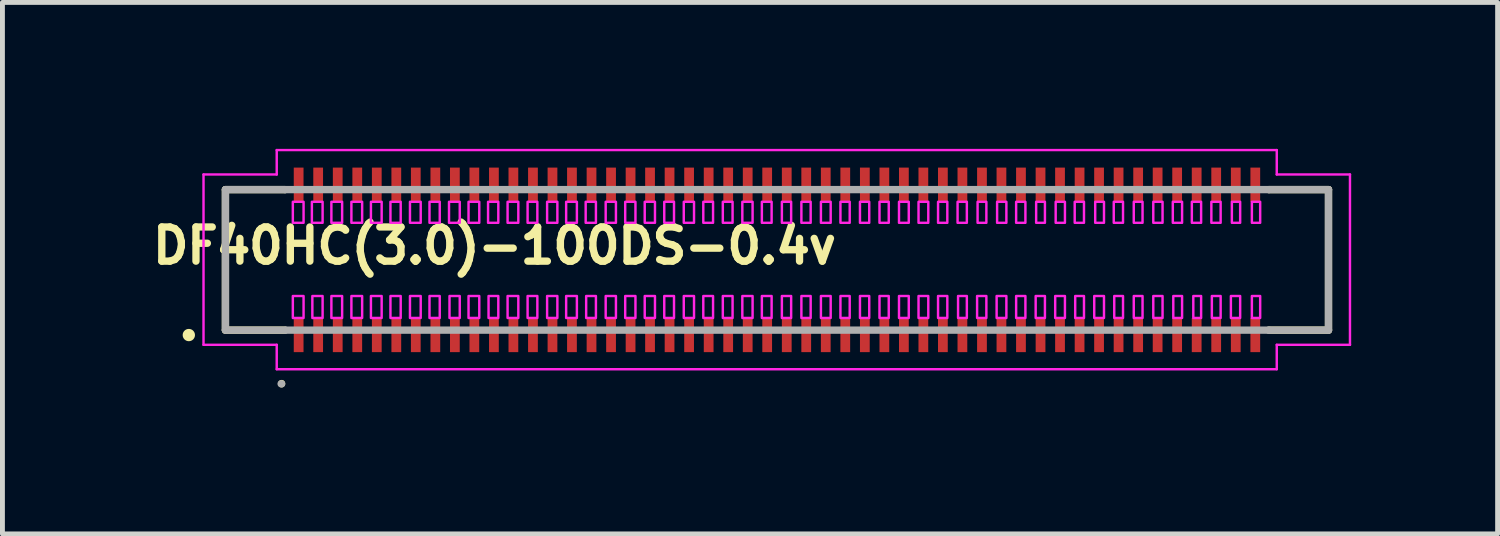
<source format=kicad_pcb>
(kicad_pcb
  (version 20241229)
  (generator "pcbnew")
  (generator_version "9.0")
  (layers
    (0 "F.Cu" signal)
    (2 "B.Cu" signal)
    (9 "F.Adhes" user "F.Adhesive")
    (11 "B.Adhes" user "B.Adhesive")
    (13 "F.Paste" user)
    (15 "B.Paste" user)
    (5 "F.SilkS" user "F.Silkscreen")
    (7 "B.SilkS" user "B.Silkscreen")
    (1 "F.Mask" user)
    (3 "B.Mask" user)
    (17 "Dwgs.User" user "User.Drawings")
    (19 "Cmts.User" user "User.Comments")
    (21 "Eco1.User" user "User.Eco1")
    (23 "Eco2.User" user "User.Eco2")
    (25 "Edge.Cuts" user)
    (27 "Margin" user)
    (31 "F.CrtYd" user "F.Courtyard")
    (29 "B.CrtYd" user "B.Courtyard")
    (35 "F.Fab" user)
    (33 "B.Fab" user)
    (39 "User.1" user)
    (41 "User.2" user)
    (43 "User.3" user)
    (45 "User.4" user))
  (footprint "DF40HC(3.0)-100DS-0.4v"
    (layer "F.Cu")
    (at 12.87 2.275)
    (property "Reference" "DF40HC(3.0)-100DS-0.4v" (at -12.87 0.119 180) (layer "F.SilkS") (effects (font (size 0.7 0.7) (thickness 0.15)) (justify left bottom)))
    (attr smd)
    (fp_line (start -11.301 -1.44) (end -10.08 -1.44) (stroke (width 0.15) (type solid)) (layer "F.SilkS"))
    (fp_line (start -11.301 1.439) (end -11.301 -1.44) (stroke (width 0.15) (type solid)) (layer "F.SilkS"))
    (fp_line (start -11.301 1.439) (end -10.08 1.439) (stroke (width 0.15) (type solid)) (layer "F.SilkS"))
    (fp_line (start -10.15 2.534) (end -10.15 2.539) (stroke (width 0.15) (type solid)) (layer "F.SilkS"))
    (fp_line (start 11.3 -1.44) (end 10.079 -1.44) (stroke (width 0.15) (type solid)) (layer "F.SilkS"))
    (fp_line (start 11.3 -1.44) (end 11.3 1.439) (stroke (width 0.15) (type solid)) (layer "F.SilkS"))
    (fp_line (start 11.3 1.439) (end 10.079 1.439) (stroke (width 0.15) (type solid)) (layer "F.SilkS"))
    (fp_circle (center -12.051 1.54) (end -12 1.54) (stroke (width 0.15) (type solid)) (fill yes) (layer "F.SilkS"))
    (fp_line (start -11.75 -1.75) (end -11.75 1.74) (stroke (width 0.05) (type solid)) (layer "F.CrtYd"))
    (fp_line (start -11.75 1.74) (end -10.25 1.74) (stroke (width 0.05) (type solid)) (layer "F.CrtYd"))
    (fp_line (start -10.25 -2.25) (end -10.25 -1.75) (stroke (width 0.05) (type solid)) (layer "F.CrtYd"))
    (fp_line (start -10.25 -1.75) (end -11.75 -1.75) (stroke (width 0.05) (type solid)) (layer "F.CrtYd"))
    (fp_line (start -10.25 1.74) (end -10.25 2.24) (stroke (width 0.05) (type solid)) (layer "F.CrtYd"))
    (fp_line (start -10.25 2.24) (end 10.24 2.24) (stroke (width 0.05) (type solid)) (layer "F.CrtYd"))
    (fp_line (start 10.24 -2.25) (end -10.25 -2.25) (stroke (width 0.05) (type solid)) (layer "F.CrtYd"))
    (fp_line (start 10.24 -1.75) (end 10.24 -2.25) (stroke (width 0.05) (type solid)) (layer "F.CrtYd"))
    (fp_line (start 10.24 1.74) (end 11.74 1.74) (stroke (width 0.05) (type solid)) (layer "F.CrtYd"))
    (fp_line (start 10.24 2.24) (end 10.24 1.74) (stroke (width 0.05) (type solid)) (layer "F.CrtYd"))
    (fp_line (start 11.74 -1.75) (end 10.24 -1.75) (stroke (width 0.05) (type solid)) (layer "F.CrtYd"))
    (fp_line (start 11.74 1.74) (end 11.74 -1.75) (stroke (width 0.05) (type solid)) (layer "F.CrtYd"))
    (fp_poly (pts (xy -9.92 -1.19) (xy -9.7 -1.19) (xy -9.7 -0.76) (xy -9.92 -0.76)) (stroke (width 0.05) (type solid)) (fill no) (layer "F.CrtYd"))
    (fp_poly (pts (xy -9.92 0.74) (xy -9.7 0.74) (xy -9.7 1.19) (xy -9.92 1.19)) (stroke (width 0.05) (type solid)) (fill no) (layer "F.CrtYd"))
    (fp_poly (pts (xy -9.53 -1.19) (xy -9.31 -1.19) (xy -9.31 -0.76) (xy -9.53 -0.76)) (stroke (width 0.05) (type solid)) (fill no) (layer "F.CrtYd"))
    (fp_poly (pts (xy -9.52 0.74) (xy -9.31 0.74) (xy -9.31 1.19) (xy -9.52 1.19)) (stroke (width 0.05) (type solid)) (fill no) (layer "F.CrtYd"))
    (fp_poly (pts (xy -9.13 -1.19) (xy -8.91 -1.19) (xy -8.91 -0.76) (xy -9.13 -0.76)) (stroke (width 0.05) (type solid)) (fill no) (layer "F.CrtYd"))
    (fp_poly (pts (xy -9.13 0.74) (xy -8.91 0.74) (xy -8.91 1.19) (xy -9.13 1.19)) (stroke (width 0.05) (type solid)) (fill no) (layer "F.CrtYd"))
    (fp_poly (pts (xy -8.72 -1.19) (xy -8.5 -1.19) (xy -8.5 -0.76) (xy -8.72 -0.76)) (stroke (width 0.05) (type solid)) (fill no) (layer "F.CrtYd"))
    (fp_poly (pts (xy -8.72 0.74) (xy -8.5 0.74) (xy -8.5 1.19) (xy -8.72 1.19)) (stroke (width 0.05) (type solid)) (fill no) (layer "F.CrtYd"))
    (fp_poly (pts (xy -8.32 -1.19) (xy -8.1 -1.19) (xy -8.1 -0.76) (xy -8.32 -0.76)) (stroke (width 0.05) (type solid)) (fill no) (layer "F.CrtYd"))
    (fp_poly (pts (xy -8.32 0.74) (xy -8.1 0.74) (xy -8.1 1.19) (xy -8.32 1.19)) (stroke (width 0.05) (type solid)) (fill no) (layer "F.CrtYd"))
    (fp_poly (pts (xy -7.92 -1.19) (xy -7.71 -1.19) (xy -7.71 -0.76) (xy -7.92 -0.76)) (stroke (width 0.05) (type solid)) (fill no) (layer "F.CrtYd"))
    (fp_poly (pts (xy -7.92 0.74) (xy -7.71 0.74) (xy -7.71 1.19) (xy -7.92 1.19)) (stroke (width 0.05) (type solid)) (fill no) (layer "F.CrtYd"))
    (fp_poly (pts (xy -7.52 -1.19) (xy -7.3 -1.19) (xy -7.3 -0.76) (xy -7.52 -0.76)) (stroke (width 0.05) (type solid)) (fill no) (layer "F.CrtYd"))
    (fp_poly (pts (xy -7.52 0.74) (xy -7.3 0.74) (xy -7.3 1.19) (xy -7.52 1.19)) (stroke (width 0.05) (type solid)) (fill no) (layer "F.CrtYd"))
    (fp_poly (pts (xy -7.12 -1.19) (xy -6.91 -1.19) (xy -6.91 -0.76) (xy -7.12 -0.76)) (stroke (width 0.05) (type solid)) (fill no) (layer "F.CrtYd"))
    (fp_poly (pts (xy -7.12 0.74) (xy -6.91 0.74) (xy -6.91 1.19) (xy -7.12 1.19)) (stroke (width 0.05) (type solid)) (fill no) (layer "F.CrtYd"))
    (fp_poly (pts (xy -6.72 -1.19) (xy -6.5 -1.19) (xy -6.5 -0.76) (xy -6.72 -0.76)) (stroke (width 0.05) (type solid)) (fill no) (layer "F.CrtYd"))
    (fp_poly (pts (xy -6.71 0.74) (xy -6.5 0.74) (xy -6.5 1.19) (xy -6.71 1.19)) (stroke (width 0.05) (type solid)) (fill no) (layer "F.CrtYd"))
    (fp_poly (pts (xy -6.32 -1.19) (xy -6.1 -1.19) (xy -6.1 -0.76) (xy -6.32 -0.76)) (stroke (width 0.05) (type solid)) (fill no) (layer "F.CrtYd"))
    (fp_poly (pts (xy -6.32 0.74) (xy -6.1 0.74) (xy -6.1 1.19) (xy -6.32 1.19)) (stroke (width 0.05) (type solid)) (fill no) (layer "F.CrtYd"))
    (fp_poly (pts (xy -5.92 -1.19) (xy -5.71 -1.19) (xy -5.71 -0.76) (xy -5.92 -0.76)) (stroke (width 0.05) (type solid)) (fill no) (layer "F.CrtYd"))
    (fp_poly (pts (xy -5.91 0.74) (xy -5.71 0.74) (xy -5.71 1.19) (xy -5.91 1.19)) (stroke (width 0.05) (type solid)) (fill no) (layer "F.CrtYd"))
    (fp_poly (pts (xy -5.52 -1.19) (xy -5.3 -1.19) (xy -5.3 -0.76) (xy -5.52 -0.76)) (stroke (width 0.05) (type solid)) (fill no) (layer "F.CrtYd"))
    (fp_poly (pts (xy -5.52 0.74) (xy -5.3 0.74) (xy -5.3 1.19) (xy -5.52 1.19)) (stroke (width 0.05) (type solid)) (fill no) (layer "F.CrtYd"))
    (fp_poly (pts (xy -5.11 -1.19) (xy -4.91 -1.19) (xy -4.91 -0.76) (xy -5.11 -0.76)) (stroke (width 0.05) (type solid)) (fill no) (layer "F.CrtYd"))
    (fp_poly (pts (xy -5.11 0.74) (xy -4.91 0.74) (xy -4.91 1.19) (xy -5.11 1.19)) (stroke (width 0.05) (type solid)) (fill no) (layer "F.CrtYd"))
    (fp_poly (pts (xy -4.71 -1.19) (xy -4.5 -1.19) (xy -4.5 -0.76) (xy -4.71 -0.76)) (stroke (width 0.05) (type solid)) (fill no) (layer "F.CrtYd"))
    (fp_poly (pts (xy -4.71 0.74) (xy -4.5 0.74) (xy -4.5 1.19) (xy -4.71 1.19)) (stroke (width 0.05) (type solid)) (fill no) (layer "F.CrtYd"))
    (fp_poly (pts (xy -4.32 -1.19) (xy -4.1 -1.19) (xy -4.1 -0.76) (xy -4.32 -0.76)) (stroke (width 0.05) (type solid)) (fill no) (layer "F.CrtYd"))
    (fp_poly (pts (xy -4.32 0.74) (xy -4.1 0.74) (xy -4.1 1.19) (xy -4.32 1.19)) (stroke (width 0.05) (type solid)) (fill no) (layer "F.CrtYd"))
    (fp_poly (pts (xy -3.92 -1.19) (xy -3.71 -1.19) (xy -3.71 -0.76) (xy -3.92 -0.76)) (stroke (width 0.05) (type solid)) (fill no) (layer "F.CrtYd"))
    (fp_poly (pts (xy -3.91 0.74) (xy -3.71 0.74) (xy -3.71 1.19) (xy -3.91 1.19)) (stroke (width 0.05) (type solid)) (fill no) (layer "F.CrtYd"))
    (fp_poly (pts (xy -3.51 -1.19) (xy -3.3 -1.19) (xy -3.3 -0.76) (xy -3.51 -0.76)) (stroke (width 0.05) (type solid)) (fill no) (layer "F.CrtYd"))
    (fp_poly (pts (xy -3.51 0.74) (xy -3.3 0.74) (xy -3.3 1.19) (xy -3.51 1.19)) (stroke (width 0.05) (type solid)) (fill no) (layer "F.CrtYd"))
    (fp_poly (pts (xy -3.11 -1.19) (xy -2.9 -1.19) (xy -2.9 -0.76) (xy -3.11 -0.76)) (stroke (width 0.05) (type solid)) (fill no) (layer "F.CrtYd"))
    (fp_poly (pts (xy -3.11 0.74) (xy -2.9 0.74) (xy -2.9 1.19) (xy -3.11 1.19)) (stroke (width 0.05) (type solid)) (fill no) (layer "F.CrtYd"))
    (fp_poly (pts (xy -2.71 -1.19) (xy -2.5 -1.19) (xy -2.5 -0.76) (xy -2.71 -0.76)) (stroke (width 0.05) (type solid)) (fill no) (layer "F.CrtYd"))
    (fp_poly (pts (xy -2.71 0.74) (xy -2.5 0.74) (xy -2.5 1.19) (xy -2.71 1.19)) (stroke (width 0.05) (type solid)) (fill no) (layer "F.CrtYd"))
    (fp_poly (pts (xy -2.31 -1.19) (xy -2.11 -1.19) (xy -2.11 -0.76) (xy -2.31 -0.76)) (stroke (width 0.05) (type solid)) (fill no) (layer "F.CrtYd"))
    (fp_poly (pts (xy -2.31 0.74) (xy -2.11 0.74) (xy -2.11 1.19) (xy -2.31 1.19)) (stroke (width 0.05) (type solid)) (fill no) (layer "F.CrtYd"))
    (fp_poly (pts (xy -1.91 -1.19) (xy -1.7 -1.19) (xy -1.7 -0.76) (xy -1.91 -0.76)) (stroke (width 0.05) (type solid)) (fill no) (layer "F.CrtYd"))
    (fp_poly (pts (xy -1.91 0.74) (xy -1.7 0.74) (xy -1.7 1.19) (xy -1.91 1.19)) (stroke (width 0.05) (type solid)) (fill no) (layer "F.CrtYd"))
    (fp_poly (pts (xy -1.51 -1.19) (xy -1.31 -1.19) (xy -1.31 -0.76) (xy -1.51 -0.76)) (stroke (width 0.05) (type solid)) (fill no) (layer "F.CrtYd"))
    (fp_poly (pts (xy -1.51 0.74) (xy -1.31 0.74) (xy -1.31 1.19) (xy -1.51 1.19)) (stroke (width 0.05) (type solid)) (fill no) (layer "F.CrtYd"))
    (fp_poly (pts (xy -1.11 -1.19) (xy -0.91 -1.19) (xy -0.91 -0.76) (xy -1.11 -0.76)) (stroke (width 0.05) (type solid)) (fill no) (layer "F.CrtYd"))
    (fp_poly (pts (xy -1.11 0.74) (xy -0.91 0.74) (xy -0.91 1.19) (xy -1.11 1.19)) (stroke (width 0.05) (type solid)) (fill no) (layer "F.CrtYd"))
    (fp_poly (pts (xy -0.71 -1.19) (xy -0.5 -1.19) (xy -0.5 -0.76) (xy -0.71 -0.76)) (stroke (width 0.05) (type solid)) (fill no) (layer "F.CrtYd"))
    (fp_poly (pts (xy -0.71 0.74) (xy -0.5 0.74) (xy -0.5 1.19) (xy -0.71 1.19)) (stroke (width 0.05) (type solid)) (fill no) (layer "F.CrtYd"))
    (fp_poly (pts (xy -0.31 -1.19) (xy -0.11 -1.19) (xy -0.11 -0.76) (xy -0.31 -0.76)) (stroke (width 0.05) (type solid)) (fill no) (layer "F.CrtYd"))
    (fp_poly (pts (xy -0.31 0.74) (xy -0.11 0.74) (xy -0.11 1.19) (xy -0.31 1.19)) (stroke (width 0.05) (type solid)) (fill no) (layer "F.CrtYd"))
    (fp_poly (pts (xy 0.1 -1.19) (xy 0.29 -1.19) (xy 0.29 -0.76) (xy 0.1 -0.76)) (stroke (width 0.05) (type solid)) (fill no) (layer "F.CrtYd"))
    (fp_poly (pts (xy 0.1 0.74) (xy 0.29 0.74) (xy 0.29 1.19) (xy 0.1 1.19)) (stroke (width 0.05) (type solid)) (fill no) (layer "F.CrtYd"))
    (fp_poly (pts (xy 0.5 -1.19) (xy 0.69 -1.19) (xy 0.69 -0.76) (xy 0.5 -0.76)) (stroke (width 0.05) (type solid)) (fill no) (layer "F.CrtYd"))
    (fp_poly (pts (xy 0.5 0.74) (xy 0.69 0.74) (xy 0.69 1.19) (xy 0.5 1.19)) (stroke (width 0.05) (type solid)) (fill no) (layer "F.CrtYd"))
    (fp_poly (pts (xy 0.9 -1.19) (xy 1.1 -1.19) (xy 1.1 -0.76) (xy 0.9 -0.76)) (stroke (width 0.05) (type solid)) (fill no) (layer "F.CrtYd"))
    (fp_poly (pts (xy 0.9 0.74) (xy 1.1 0.74) (xy 1.1 1.19) (xy 0.9 1.19)) (stroke (width 0.05) (type solid)) (fill no) (layer "F.CrtYd"))
    (fp_poly (pts (xy 1.3 -1.19) (xy 1.49 -1.19) (xy 1.49 -0.76) (xy 1.3 -0.76)) (stroke (width 0.05) (type solid)) (fill no) (layer "F.CrtYd"))
    (fp_poly (pts (xy 1.3 0.74) (xy 1.49 0.74) (xy 1.49 1.19) (xy 1.3 1.19)) (stroke (width 0.05) (type solid)) (fill no) (layer "F.CrtYd"))
    (fp_poly (pts (xy 1.7 -1.19) (xy 1.89 -1.19) (xy 1.89 -0.76) (xy 1.7 -0.76)) (stroke (width 0.05) (type solid)) (fill no) (layer "F.CrtYd"))
    (fp_poly (pts (xy 1.7 0.74) (xy 1.89 0.74) (xy 1.89 1.19) (xy 1.7 1.19)) (stroke (width 0.05) (type solid)) (fill no) (layer "F.CrtYd"))
    (fp_poly (pts (xy 2.1 -1.19) (xy 2.29 -1.19) (xy 2.29 -0.76) (xy 2.1 -0.76)) (stroke (width 0.05) (type solid)) (fill no) (layer "F.CrtYd"))
    (fp_poly (pts (xy 2.1 0.74) (xy 2.29 0.74) (xy 2.29 1.19) (xy 2.1 1.19)) (stroke (width 0.05) (type solid)) (fill no) (layer "F.CrtYd"))
    (fp_poly (pts (xy 2.5 -1.19) (xy 2.7 -1.19) (xy 2.7 -0.76) (xy 2.5 -0.76)) (stroke (width 0.05) (type solid)) (fill no) (layer "F.CrtYd"))
    (fp_poly (pts (xy 2.5 0.74) (xy 2.7 0.74) (xy 2.7 1.19) (xy 2.5 1.19)) (stroke (width 0.05) (type solid)) (fill no) (layer "F.CrtYd"))
    (fp_poly (pts (xy 2.9 -1.19) (xy 3.1 -1.19) (xy 3.1 -0.76) (xy 2.9 -0.76)) (stroke (width 0.05) (type solid)) (fill no) (layer "F.CrtYd"))
    (fp_poly (pts (xy 2.9 0.74) (xy 3.1 0.74) (xy 3.1 1.19) (xy 2.9 1.19)) (stroke (width 0.05) (type solid)) (fill no) (layer "F.CrtYd"))
    (fp_poly (pts (xy 3.3 -1.19) (xy 3.49 -1.19) (xy 3.49 -0.76) (xy 3.3 -0.76)) (stroke (width 0.05) (type solid)) (fill no) (layer "F.CrtYd"))
    (fp_poly (pts (xy 3.3 0.74) (xy 3.49 0.74) (xy 3.49 1.19) (xy 3.3 1.19)) (stroke (width 0.05) (type solid)) (fill no) (layer "F.CrtYd"))
    (fp_poly (pts (xy 3.7 -1.19) (xy 3.89 -1.19) (xy 3.89 -0.76) (xy 3.7 -0.76)) (stroke (width 0.05) (type solid)) (fill no) (layer "F.CrtYd"))
    (fp_poly (pts (xy 3.71 0.74) (xy 3.89 0.74) (xy 3.89 1.19) (xy 3.71 1.19)) (stroke (width 0.05) (type solid)) (fill no) (layer "F.CrtYd"))
    (fp_poly (pts (xy 4.1 0.74) (xy 4.29 0.74) (xy 4.29 1.19) (xy 4.1 1.19)) (stroke (width 0.05) (type solid)) (fill no) (layer "F.CrtYd"))
    (fp_poly (pts (xy 4.11 -1.19) (xy 4.29 -1.19) (xy 4.29 -0.76) (xy 4.11 -0.76)) (stroke (width 0.05) (type solid)) (fill no) (layer "F.CrtYd"))
    (fp_poly (pts (xy 4.5 0.74) (xy 4.7 0.74) (xy 4.7 1.19) (xy 4.5 1.19)) (stroke (width 0.05) (type solid)) (fill no) (layer "F.CrtYd"))
    (fp_poly (pts (xy 4.51 -1.19) (xy 4.7 -1.19) (xy 4.7 -0.76) (xy 4.51 -0.76)) (stroke (width 0.05) (type solid)) (fill no) (layer "F.CrtYd"))
    (fp_poly (pts (xy 4.9 -1.19) (xy 5.09 -1.19) (xy 5.09 -0.76) (xy 4.9 -0.76)) (stroke (width 0.05) (type solid)) (fill no) (layer "F.CrtYd"))
    (fp_poly (pts (xy 4.9 0.74) (xy 5.09 0.74) (xy 5.09 1.19) (xy 4.9 1.19)) (stroke (width 0.05) (type solid)) (fill no) (layer "F.CrtYd"))
    (fp_poly (pts (xy 5.3 0.74) (xy 5.49 0.74) (xy 5.49 1.19) (xy 5.3 1.19)) (stroke (width 0.05) (type solid)) (fill no) (layer "F.CrtYd"))
    (fp_poly (pts (xy 5.31 -1.19) (xy 5.49 -1.19) (xy 5.49 -0.76) (xy 5.31 -0.76)) (stroke (width 0.05) (type solid)) (fill no) (layer "F.CrtYd"))
    (fp_poly (pts (xy 5.7 0.74) (xy 5.9 0.74) (xy 5.9 1.19) (xy 5.7 1.19)) (stroke (width 0.05) (type solid)) (fill no) (layer "F.CrtYd"))
    (fp_poly (pts (xy 5.71 -1.19) (xy 5.9 -1.19) (xy 5.9 -0.76) (xy 5.71 -0.76)) (stroke (width 0.05) (type solid)) (fill no) (layer "F.CrtYd"))
    (fp_poly (pts (xy 6.1 -1.19) (xy 6.29 -1.19) (xy 6.29 -0.76) (xy 6.1 -0.76)) (stroke (width 0.05) (type solid)) (fill no) (layer "F.CrtYd"))
    (fp_poly (pts (xy 6.11 0.74) (xy 6.29 0.74) (xy 6.29 1.19) (xy 6.11 1.19)) (stroke (width 0.05) (type solid)) (fill no) (layer "F.CrtYd"))
    (fp_poly (pts (xy 6.5 0.74) (xy 6.7 0.74) (xy 6.7 1.19) (xy 6.5 1.19)) (stroke (width 0.05) (type solid)) (fill no) (layer "F.CrtYd"))
    (fp_poly (pts (xy 6.52 -1.19) (xy 6.7 -1.19) (xy 6.7 -0.76) (xy 6.52 -0.76)) (stroke (width 0.05) (type solid)) (fill no) (layer "F.CrtYd"))
    (fp_poly (pts (xy 6.9 -1.19) (xy 7.09 -1.19) (xy 7.09 -0.76) (xy 6.9 -0.76)) (stroke (width 0.05) (type solid)) (fill no) (layer "F.CrtYd"))
    (fp_poly (pts (xy 6.91 0.74) (xy 7.09 0.74) (xy 7.09 1.19) (xy 6.91 1.19)) (stroke (width 0.05) (type solid)) (fill no) (layer "F.CrtYd"))
    (fp_poly (pts (xy 7.31 -1.19) (xy 7.49 -1.19) (xy 7.49 -0.76) (xy 7.31 -0.76)) (stroke (width 0.05) (type solid)) (fill no) (layer "F.CrtYd"))
    (fp_poly (pts (xy 7.31 0.74) (xy 7.49 0.74) (xy 7.49 1.19) (xy 7.31 1.19)) (stroke (width 0.05) (type solid)) (fill no) (layer "F.CrtYd"))
    (fp_poly (pts (xy 7.71 -1.19) (xy 7.9 -1.19) (xy 7.9 -0.76) (xy 7.71 -0.76)) (stroke (width 0.05) (type solid)) (fill no) (layer "F.CrtYd"))
    (fp_poly (pts (xy 7.71 0.74) (xy 7.9 0.74) (xy 7.9 1.19) (xy 7.71 1.19)) (stroke (width 0.05) (type solid)) (fill no) (layer "F.CrtYd"))
    (fp_poly (pts (xy 8.11 -1.19) (xy 8.3 -1.19) (xy 8.3 -0.76) (xy 8.11 -0.76)) (stroke (width 0.05) (type solid)) (fill no) (layer "F.CrtYd"))
    (fp_poly (pts (xy 8.12 0.74) (xy 8.3 0.74) (xy 8.3 1.19) (xy 8.12 1.19)) (stroke (width 0.05) (type solid)) (fill no) (layer "F.CrtYd"))
    (fp_poly (pts (xy 8.5 -1.19) (xy 8.69 -1.19) (xy 8.69 -0.76) (xy 8.5 -0.76)) (stroke (width 0.05) (type solid)) (fill no) (layer "F.CrtYd"))
    (fp_poly (pts (xy 8.53 0.74) (xy 8.69 0.74) (xy 8.69 1.19) (xy 8.53 1.19)) (stroke (width 0.05) (type solid)) (fill no) (layer "F.CrtYd"))
    (fp_poly (pts (xy 8.9 -1.19) (xy 9.09 -1.19) (xy 9.09 -0.76) (xy 8.9 -0.76)) (stroke (width 0.05) (type solid)) (fill no) (layer "F.CrtYd"))
    (fp_poly (pts (xy 8.91 0.74) (xy 9.09 0.74) (xy 9.09 1.19) (xy 8.91 1.19)) (stroke (width 0.05) (type solid)) (fill no) (layer "F.CrtYd"))
    (fp_poly (pts (xy 9.3 0.74) (xy 9.49 0.74) (xy 9.49 1.19) (xy 9.3 1.19)) (stroke (width 0.05) (type solid)) (fill no) (layer "F.CrtYd"))
    (fp_poly (pts (xy 9.32 -1.19) (xy 9.49 -1.19) (xy 9.49 -0.76) (xy 9.32 -0.76)) (stroke (width 0.05) (type solid)) (fill no) (layer "F.CrtYd"))
    (fp_poly (pts (xy 9.73 -1.19) (xy 9.9 -1.19) (xy 9.9 -0.76) (xy 9.73 -0.76)) (stroke (width 0.05) (type solid)) (fill no) (layer "F.CrtYd"))
    (fp_poly (pts (xy 9.73 0.74) (xy 9.9 0.74) (xy 9.9 1.19) (xy 9.73 1.19)) (stroke (width 0.05) (type solid)) (fill no) (layer "F.CrtYd"))
    (fp_line (start -11.301 -1.44) (end -10.08 -1.44) (stroke (width 0.15) (type solid)) (layer "F.Fab"))
    (fp_line (start -11.301 1.439) (end -11.301 -1.44) (stroke (width 0.15) (type solid)) (layer "F.Fab"))
    (fp_line (start -10.16 2.539) (end -10.15 2.539) (stroke (width 0.15) (type solid)) (layer "F.Fab"))
    (fp_line (start -10.08 -1.44) (end 10.079 -1.44) (stroke (width 0.15) (type solid)) (layer "F.Fab"))
    (fp_line (start -10.08 1.439) (end -11.301 1.439) (stroke (width 0.15) (type solid)) (layer "F.Fab"))
    (fp_line (start 10.079 -1.44) (end 11.3 -1.44) (stroke (width 0.15) (type solid)) (layer "F.Fab"))
    (fp_line (start 10.079 1.439) (end -10.061 1.439) (stroke (width 0.15) (type solid)) (layer "F.Fab"))
    (fp_line (start 11.3 -1.44) (end 11.3 1.439) (stroke (width 0.15) (type solid)) (layer "F.Fab"))
    (fp_line (start 11.3 1.439) (end 10.079 1.439) (stroke (width 0.15) (type solid)) (layer "F.Fab"))
    (pad "1" smd rect (at -9.801 1.54) (size 0.2 0.7) (layers "F.Cu" "F.Mask" "F.Paste"))
    (pad "2" smd rect (at -9.801 -1.541) (size 0.2 0.7) (layers "F.Cu" "F.Mask" "F.Paste"))
    (pad "3" smd rect (at -9.401 1.54) (size 0.2 0.7) (layers "F.Cu" "F.Mask" "F.Paste"))
    (pad "4" smd rect (at -9.401 -1.541) (size 0.2 0.7) (layers "F.Cu" "F.Mask" "F.Paste"))
    (pad "5" smd rect (at -9 1.54) (size 0.2 0.7) (layers "F.Cu" "F.Mask" "F.Paste"))
    (pad "6" smd rect (at -9 -1.541) (size 0.2 0.7) (layers "F.Cu" "F.Mask" "F.Paste"))
    (pad "7" smd rect (at -8.6 1.54) (size 0.2 0.7) (layers "F.Cu" "F.Mask" "F.Paste"))
    (pad "8" smd rect (at -8.6 -1.541) (size 0.2 0.7) (layers "F.Cu" "F.Mask" "F.Paste"))
    (pad "9" smd rect (at -8.2 1.54) (size 0.2 0.7) (layers "F.Cu" "F.Mask" "F.Paste"))
    (pad "10" smd rect (at -8.2 -1.541) (size 0.2 0.7) (layers "F.Cu" "F.Mask" "F.Paste"))
    (pad "11" smd rect (at -7.8 1.54) (size 0.2 0.7) (layers "F.Cu" "F.Mask" "F.Paste"))
    (pad "12" smd rect (at -7.8 -1.541) (size 0.2 0.7) (layers "F.Cu" "F.Mask" "F.Paste"))
    (pad "13" smd rect (at -7.401 1.54) (size 0.2 0.7) (layers "F.Cu" "F.Mask" "F.Paste"))
    (pad "14" smd rect (at -7.401 -1.541) (size 0.2 0.7) (layers "F.Cu" "F.Mask" "F.Paste"))
    (pad "15" smd rect (at -7 1.54) (size 0.2 0.7) (layers "F.Cu" "F.Mask" "F.Paste"))
    (pad "16" smd rect (at -7 -1.541) (size 0.2 0.7) (layers "F.Cu" "F.Mask" "F.Paste"))
    (pad "17" smd rect (at -6.6 1.54) (size 0.2 0.7) (layers "F.Cu" "F.Mask" "F.Paste"))
    (pad "18" smd rect (at -6.6 -1.541) (size 0.2 0.7) (layers "F.Cu" "F.Mask" "F.Paste"))
    (pad "19" smd rect (at -6.201 1.54) (size 0.2 0.7) (layers "F.Cu" "F.Mask" "F.Paste"))
    (pad "20" smd rect (at -6.201 -1.541) (size 0.2 0.7) (layers "F.Cu" "F.Mask" "F.Paste"))
    (pad "21" smd rect (at -5.8 1.54) (size 0.2 0.7) (layers "F.Cu" "F.Mask" "F.Paste"))
    (pad "22" smd rect (at -5.8 -1.541) (size 0.2 0.7) (layers "F.Cu" "F.Mask" "F.Paste"))
    (pad "23" smd rect (at -5.401 1.54) (size 0.2 0.7) (layers "F.Cu" "F.Mask" "F.Paste"))
    (pad "24" smd rect (at -5.401 -1.541) (size 0.2 0.7) (layers "F.Cu" "F.Mask" "F.Paste"))
    (pad "25" smd rect (at -5 1.54) (size 0.2 0.7) (layers "F.Cu" "F.Mask" "F.Paste"))
    (pad "26" smd rect (at -5 -1.541) (size 0.2 0.7) (layers "F.Cu" "F.Mask" "F.Paste"))
    (pad "27" smd rect (at -4.6 1.54) (size 0.2 0.7) (layers "F.Cu" "F.Mask" "F.Paste"))
    (pad "28" smd rect (at -4.6 -1.541) (size 0.2 0.7) (layers "F.Cu" "F.Mask" "F.Paste"))
    (pad "29" smd rect (at -4.201 1.54) (size 0.2 0.7) (layers "F.Cu" "F.Mask" "F.Paste"))
    (pad "30" smd rect (at -4.201 -1.541) (size 0.2 0.7) (layers "F.Cu" "F.Mask" "F.Paste"))
    (pad "31" smd rect (at -3.8 1.54) (size 0.2 0.7) (layers "F.Cu" "F.Mask" "F.Paste"))
    (pad "32" smd rect (at -3.8 -1.541) (size 0.2 0.7) (layers "F.Cu" "F.Mask" "F.Paste"))
    (pad "33" smd rect (at -3.4 1.54) (size 0.2 0.7) (layers "F.Cu" "F.Mask" "F.Paste"))
    (pad "34" smd rect (at -3.4 -1.541) (size 0.2 0.7) (layers "F.Cu" "F.Mask" "F.Paste"))
    (pad "35" smd rect (at -3 1.54) (size 0.2 0.7) (layers "F.Cu" "F.Mask" "F.Paste"))
    (pad "36" smd rect (at -3 -1.541) (size 0.2 0.7) (layers "F.Cu" "F.Mask" "F.Paste"))
    (pad "37" smd rect (at -2.601 1.54) (size 0.2 0.7) (layers "F.Cu" "F.Mask" "F.Paste"))
    (pad "38" smd rect (at -2.601 -1.541) (size 0.2 0.7) (layers "F.Cu" "F.Mask" "F.Paste"))
    (pad "39" smd rect (at -2.201 1.54) (size 0.2 0.7) (layers "F.Cu" "F.Mask" "F.Paste"))
    (pad "40" smd rect (at -2.201 -1.541) (size 0.2 0.7) (layers "F.Cu" "F.Mask" "F.Paste"))
    (pad "41" smd rect (at -1.801 1.54) (size 0.2 0.7) (layers "F.Cu" "F.Mask" "F.Paste"))
    (pad "42" smd rect (at -1.801 -1.541) (size 0.2 0.7) (layers "F.Cu" "F.Mask" "F.Paste"))
    (pad "43" smd rect (at -1.4 1.54) (size 0.2 0.7) (layers "F.Cu" "F.Mask" "F.Paste"))
    (pad "44" smd rect (at -1.4 -1.541) (size 0.2 0.7) (layers "F.Cu" "F.Mask" "F.Paste"))
    (pad "45" smd rect (at -1 1.54) (size 0.2 0.7) (layers "F.Cu" "F.Mask" "F.Paste"))
    (pad "46" smd rect (at -1 -1.541) (size 0.2 0.7) (layers "F.Cu" "F.Mask" "F.Paste"))
    (pad "47" smd rect (at -0.6 1.54) (size 0.2 0.7) (layers "F.Cu" "F.Mask" "F.Paste"))
    (pad "48" smd rect (at -0.6 -1.541) (size 0.2 0.7) (layers "F.Cu" "F.Mask" "F.Paste"))
    (pad "49" smd rect (at -0.201 1.54) (size 0.2 0.7) (layers "F.Cu" "F.Mask" "F.Paste"))
    (pad "50" smd rect (at -0.201 -1.541) (size 0.2 0.7) (layers "F.Cu" "F.Mask" "F.Paste"))
    (pad "51" smd rect (at 0.2 1.54) (size 0.2 0.7) (layers "F.Cu" "F.Mask" "F.Paste"))
    (pad "52" smd rect (at 0.2 -1.541) (size 0.2 0.7) (layers "F.Cu" "F.Mask" "F.Paste"))
    (pad "53" smd rect (at 0.599 1.54) (size 0.2 0.7) (layers "F.Cu" "F.Mask" "F.Paste"))
    (pad "54" smd rect (at 0.599 -1.541) (size 0.2 0.7) (layers "F.Cu" "F.Mask" "F.Paste"))
    (pad "55" smd rect (at 0.999 1.54) (size 0.2 0.7) (layers "F.Cu" "F.Mask" "F.Paste"))
    (pad "56" smd rect (at 0.999 -1.541) (size 0.2 0.7) (layers "F.Cu" "F.Mask" "F.Paste"))
    (pad "57" smd rect (at 1.399 1.54) (size 0.2 0.7) (layers "F.Cu" "F.Mask" "F.Paste"))
    (pad "58" smd rect (at 1.399 -1.541) (size 0.2 0.7) (layers "F.Cu" "F.Mask" "F.Paste"))
    (pad "59" smd rect (at 1.8 1.54) (size 0.2 0.7) (layers "F.Cu" "F.Mask" "F.Paste"))
    (pad "60" smd rect (at 1.8 -1.541) (size 0.2 0.7) (layers "F.Cu" "F.Mask" "F.Paste"))
    (pad "61" smd rect (at 2.2 1.54) (size 0.2 0.7) (layers "F.Cu" "F.Mask" "F.Paste"))
    (pad "62" smd rect (at 2.2 -1.541) (size 0.2 0.7) (layers "F.Cu" "F.Mask" "F.Paste"))
    (pad "63" smd rect (at 2.6 1.54) (size 0.2 0.7) (layers "F.Cu" "F.Mask" "F.Paste"))
    (pad "64" smd rect (at 2.6 -1.541) (size 0.2 0.7) (layers "F.Cu" "F.Mask" "F.Paste"))
    (pad "65" smd rect (at 2.999 1.54) (size 0.2 0.7) (layers "F.Cu" "F.Mask" "F.Paste"))
    (pad "66" smd rect (at 2.999 -1.541) (size 0.2 0.7) (layers "F.Cu" "F.Mask" "F.Paste"))
    (pad "67" smd rect (at 3.399 1.54) (size 0.2 0.7) (layers "F.Cu" "F.Mask" "F.Paste"))
    (pad "68" smd rect (at 3.399 -1.541) (size 0.2 0.7) (layers "F.Cu" "F.Mask" "F.Paste"))
    (pad "69" smd rect (at 3.799 1.54) (size 0.2 0.7) (layers "F.Cu" "F.Mask" "F.Paste"))
    (pad "70" smd rect (at 3.799 -1.541) (size 0.2 0.7) (layers "F.Cu" "F.Mask" "F.Paste"))
    (pad "71" smd rect (at 4.2 1.54) (size 0.2 0.7) (layers "F.Cu" "F.Mask" "F.Paste"))
    (pad "72" smd rect (at 4.2 -1.541) (size 0.2 0.7) (layers "F.Cu" "F.Mask" "F.Paste"))
    (pad "73" smd rect (at 4.599 1.54) (size 0.2 0.7) (layers "F.Cu" "F.Mask" "F.Paste"))
    (pad "74" smd rect (at 4.599 -1.541) (size 0.2 0.7) (layers "F.Cu" "F.Mask" "F.Paste"))
    (pad "75" smd rect (at 4.999 1.54) (size 0.2 0.7) (layers "F.Cu" "F.Mask" "F.Paste"))
    (pad "76" smd rect (at 4.999 -1.541) (size 0.2 0.7) (layers "F.Cu" "F.Mask" "F.Paste"))
    (pad "77" smd rect (at 5.4 1.54) (size 0.2 0.7) (layers "F.Cu" "F.Mask" "F.Paste"))
    (pad "78" smd rect (at 5.4 -1.541) (size 0.2 0.7) (layers "F.Cu" "F.Mask" "F.Paste"))
    (pad "79" smd rect (at 5.799 1.54) (size 0.2 0.7) (layers "F.Cu" "F.Mask" "F.Paste"))
    (pad "80" smd rect (at 5.799 -1.541) (size 0.2 0.7) (layers "F.Cu" "F.Mask" "F.Paste"))
    (pad "81" smd rect (at 6.2 1.54) (size 0.2 0.7) (layers "F.Cu" "F.Mask" "F.Paste"))
    (pad "82" smd rect (at 6.2 -1.541) (size 0.2 0.7) (layers "F.Cu" "F.Mask" "F.Paste"))
    (pad "83" smd rect (at 6.599 1.54) (size 0.2 0.7) (layers "F.Cu" "F.Mask" "F.Paste"))
    (pad "84" smd rect (at 6.599 -1.541) (size 0.2 0.7) (layers "F.Cu" "F.Mask" "F.Paste"))
    (pad "85" smd rect (at 6.999 1.54) (size 0.2 0.7) (layers "F.Cu" "F.Mask" "F.Paste"))
    (pad "86" smd rect (at 6.999 -1.541) (size 0.2 0.7) (layers "F.Cu" "F.Mask" "F.Paste"))
    (pad "87" smd rect (at 7.4 1.54) (size 0.2 0.7) (layers "F.Cu" "F.Mask" "F.Paste"))
    (pad "88" smd rect (at 7.4 -1.541) (size 0.2 0.7) (layers "F.Cu" "F.Mask" "F.Paste"))
    (pad "89" smd rect (at 7.799 1.54) (size 0.2 0.7) (layers "F.Cu" "F.Mask" "F.Paste"))
    (pad "90" smd rect (at 7.799 -1.541) (size 0.2 0.7) (layers "F.Cu" "F.Mask" "F.Paste"))
    (pad "91" smd rect (at 8.199 1.54) (size 0.2 0.7) (layers "F.Cu" "F.Mask" "F.Paste"))
    (pad "92" smd rect (at 8.199 -1.541) (size 0.2 0.7) (layers "F.Cu" "F.Mask" "F.Paste"))
    (pad "93" smd rect (at 8.599 1.54) (size 0.2 0.7) (layers "F.Cu" "F.Mask" "F.Paste"))
    (pad "94" smd rect (at 8.599 -1.541) (size 0.2 0.7) (layers "F.Cu" "F.Mask" "F.Paste"))
    (pad "95" smd rect (at 8.999 1.54) (size 0.2 0.7) (layers "F.Cu" "F.Mask" "F.Paste"))
    (pad "96" smd rect (at 8.999 -1.541) (size 0.2 0.7) (layers "F.Cu" "F.Mask" "F.Paste"))
    (pad "97" smd rect (at 9.4 1.54) (size 0.2 0.7) (layers "F.Cu" "F.Mask" "F.Paste"))
    (pad "98" smd rect (at 9.4 -1.541) (size 0.2 0.7) (layers "F.Cu" "F.Mask" "F.Paste"))
    (pad "99" smd rect (at 9.8 1.54) (size 0.2 0.7) (layers "F.Cu" "F.Mask" "F.Paste"))
    (pad "100" smd rect (at 9.8 -1.541) (size 0.2 0.7) (layers "F.Cu" "F.Mask" "F.Paste")))
  (gr_rect
    (start -3 -3)
    (end 27.635 7.889)
    (stroke (width 0.1) (type default))
    (fill no)
    (layer "Edge.Cuts")))
</source>
